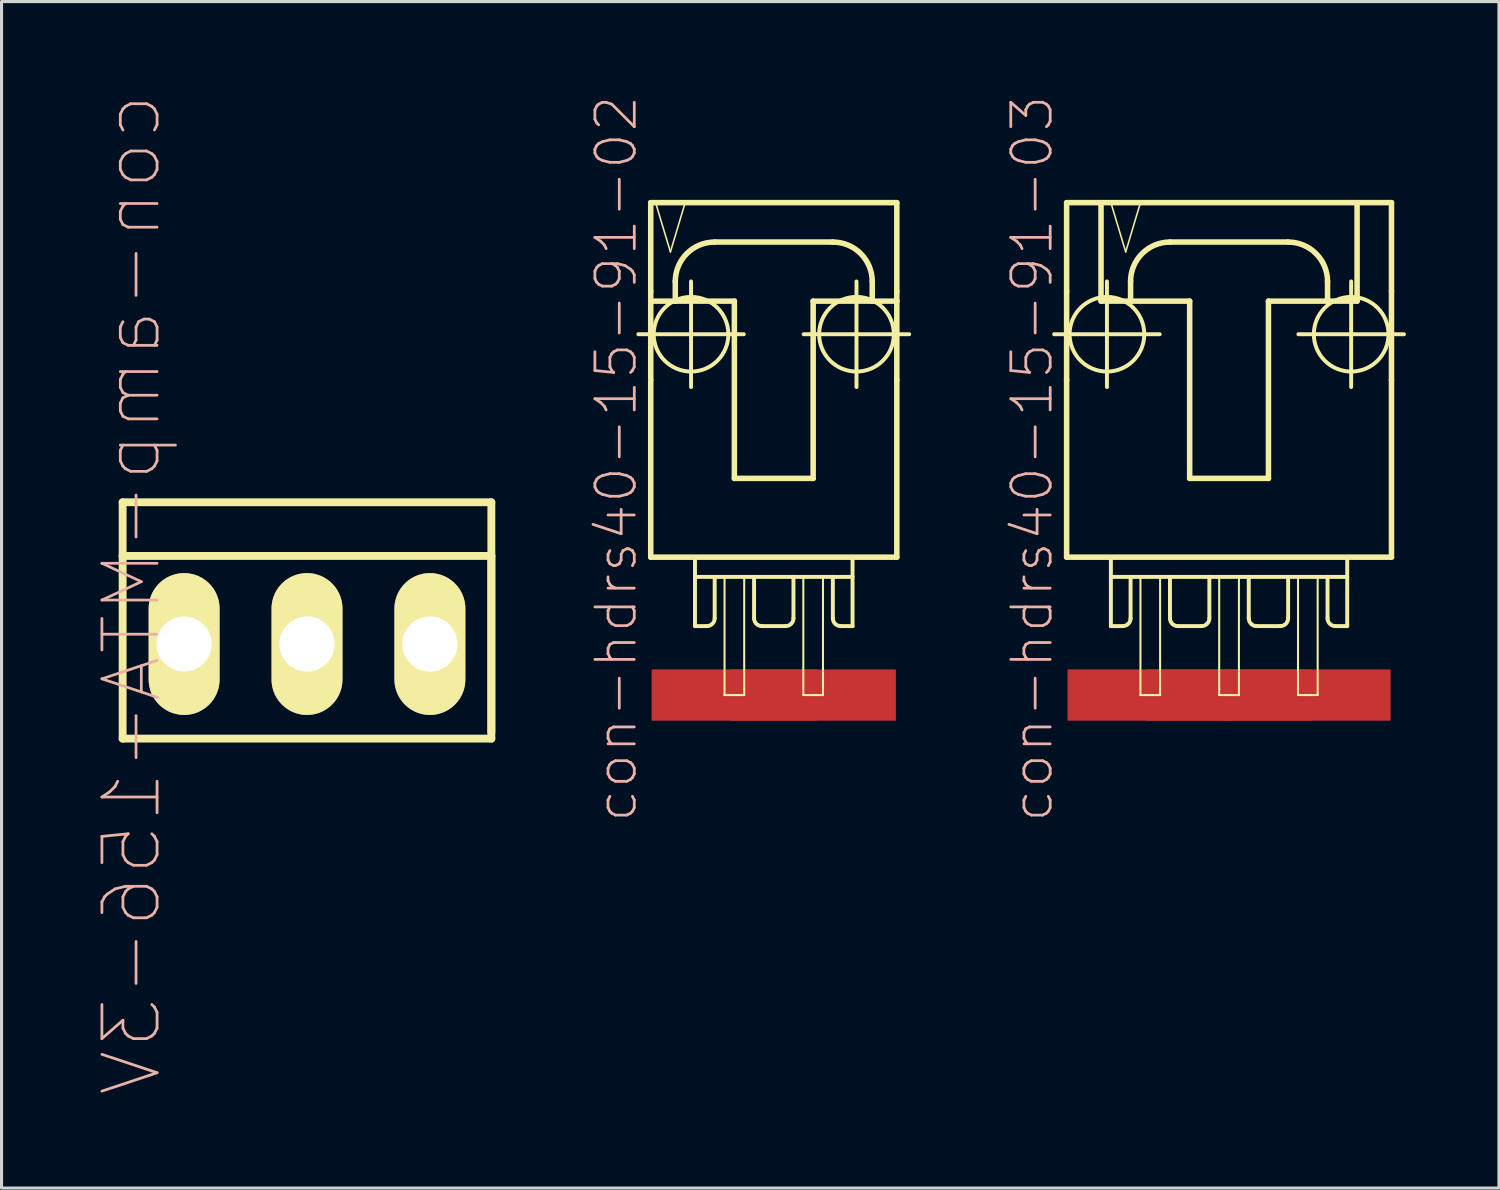
<source format=kicad_pcb>
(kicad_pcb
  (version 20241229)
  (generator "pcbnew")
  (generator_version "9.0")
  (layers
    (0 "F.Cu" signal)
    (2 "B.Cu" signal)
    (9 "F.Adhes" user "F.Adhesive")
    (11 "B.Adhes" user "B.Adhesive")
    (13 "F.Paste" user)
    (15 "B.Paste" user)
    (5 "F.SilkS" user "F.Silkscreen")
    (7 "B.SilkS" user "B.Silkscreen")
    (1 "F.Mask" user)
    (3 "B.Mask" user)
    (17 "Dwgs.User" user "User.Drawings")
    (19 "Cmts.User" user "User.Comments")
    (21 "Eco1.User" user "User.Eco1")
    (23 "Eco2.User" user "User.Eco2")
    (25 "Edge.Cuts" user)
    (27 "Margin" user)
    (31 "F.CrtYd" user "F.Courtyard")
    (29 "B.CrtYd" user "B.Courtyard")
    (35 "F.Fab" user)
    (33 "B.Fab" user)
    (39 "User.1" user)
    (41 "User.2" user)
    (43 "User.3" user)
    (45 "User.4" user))
  (footprint "con-amp-MTA-156-3V"
    (layer "F.Cu")
    (at 6.848 17.714)
    (property "Reference" "con-amp-MTA-156-3V" (at -5.652 -1.587 90) (layer "B.SilkS") (effects (font (size 1.778 1.778) (thickness 0.089)) (justify mirror)))
    (attr exclude_from_pos_files exclude_from_bom)
    (fp_line (start -5.944 -4.57) (end -5.944 -2.84) (stroke (width 0.254) (type solid)) (layer "F.SilkS"))
    (fp_line (start -5.944 -2.84) (end -5.944 3.05) (stroke (width 0.254) (type solid)) (layer "F.SilkS"))
    (fp_line (start -5.944 -2.84) (end 5.944 -2.84) (stroke (width 0.254) (type solid)) (layer "F.SilkS"))
    (fp_line (start -5.944 3.05) (end 5.944 3.05) (stroke (width 0.254) (type solid)) (layer "F.SilkS"))
    (fp_line (start 5.944 -4.57) (end -5.944 -4.57) (stroke (width 0.254) (type solid)) (layer "F.SilkS"))
    (fp_line (start 5.944 2.84) (end 5.944 -4.57) (stroke (width 0.254) (type solid)) (layer "F.SilkS"))
    (fp_line (start 5.944 3.05) (end 5.944 -2.84) (stroke (width 0.254) (type solid)) (layer "F.SilkS"))
    (pad "1" thru_hole oval (at -3.962 0) (size 2.286 4.572) (drill 1.778) (layers "*.Cu" "*.Mask" "F.SilkS"))
    (pad "2" thru_hole oval (at 0 0) (size 2.286 4.572) (drill 1.778) (layers "*.Cu" "*.Mask" "F.SilkS"))
    (pad "3" thru_hole oval (at 3.962 0) (size 2.286 4.572) (drill 1.778) (layers "*.Cu" "*.Mask" "F.SilkS")))
  (footprint "con-hdrs40-15-91-03"
    (layer "F.Cu")
    (at 36.576 8.564)
    (property "Reference" "con-hdrs40-15-91-03" (at -6.35 3.175 90) (layer "B.SilkS") (effects (font (size 1.27 1.27) (thickness 0.089))))
    (attr smd)
    (fp_line (start -5.639 -0.838) (end -2.235 -0.838) (stroke (width 0.127) (type solid)) (layer "F.SilkS"))
    (fp_line (start -5.237 -5.08) (end -5.237 -2.223) (stroke (width 0.178) (type solid)) (layer "F.SilkS"))
    (fp_line (start -5.237 -2.223) (end -5.237 0.635) (stroke (width 0.178) (type solid)) (layer "F.SilkS"))
    (fp_line (start -5.237 0.635) (end -5.237 6.35) (stroke (width 0.178) (type solid)) (layer "F.SilkS"))
    (fp_line (start -5.237 6.35) (end 5.237 6.35) (stroke (width 0.178) (type solid)) (layer "F.SilkS"))
    (fp_line (start -4.128 -5.077) (end -4.128 -1.905) (stroke (width 0.178) (type solid)) (layer "F.SilkS"))
    (fp_line (start -4.128 -1.905) (end -3.175 -1.905) (stroke (width 0.178) (type solid)) (layer "F.SilkS"))
    (fp_line (start -3.937 0.864) (end -3.937 -2.54) (stroke (width 0.127) (type solid)) (layer "F.SilkS"))
    (fp_line (start -3.81 -5.08) (end -3.332 -3.493) (stroke (width 0.051) (type solid)) (layer "F.SilkS"))
    (fp_line (start -3.81 6.35) (end -3.81 8.572) (stroke (width 0.127) (type solid)) (layer "F.SilkS"))
    (fp_line (start -3.81 6.985) (end -3.175 6.985) (stroke (width 0.127) (type solid)) (layer "F.SilkS"))
    (fp_line (start -3.429 8.572) (end -3.81 8.572) (stroke (width 0.127) (type solid)) (layer "F.SilkS"))
    (fp_line (start -3.332 -3.493) (end -2.857 -5.08) (stroke (width 0.051) (type solid)) (layer "F.SilkS"))
    (fp_line (start -3.175 -1.905) (end -3.175 -2.54) (stroke (width 0.178) (type solid)) (layer "F.SilkS"))
    (fp_line (start -3.175 -1.905) (end -1.27 -1.905) (stroke (width 0.178) (type solid)) (layer "F.SilkS"))
    (fp_line (start -3.175 6.985) (end -3.175 8.319) (stroke (width 0.127) (type solid)) (layer "F.SilkS"))
    (fp_line (start -3.175 6.985) (end -1.905 6.985) (stroke (width 0.127) (type solid)) (layer "F.SilkS"))
    (fp_line (start -2.857 -5.08) (end -3.81 -5.08) (stroke (width 0.051) (type solid)) (layer "F.SilkS"))
    (fp_line (start -2.857 6.985) (end -2.223 6.985) (stroke (width 0.066) (type solid)) (layer "F.SilkS"))
    (fp_line (start -2.857 10.795) (end -2.857 6.985) (stroke (width 0.066) (type solid)) (layer "F.SilkS"))
    (fp_line (start -2.857 10.795) (end -2.223 10.795) (stroke (width 0.066) (type solid)) (layer "F.SilkS"))
    (fp_line (start -2.223 10.795) (end -2.223 6.985) (stroke (width 0.066) (type solid)) (layer "F.SilkS"))
    (fp_line (start -1.905 -3.81) (end 1.905 -3.81) (stroke (width 0.178) (type solid)) (layer "F.SilkS"))
    (fp_line (start -1.905 6.985) (end -1.905 8.319) (stroke (width 0.127) (type solid)) (layer "F.SilkS"))
    (fp_line (start -1.905 6.985) (end -0.635 6.985) (stroke (width 0.127) (type solid)) (layer "F.SilkS"))
    (fp_line (start -1.27 -1.905) (end -1.27 3.81) (stroke (width 0.178) (type solid)) (layer "F.SilkS"))
    (fp_line (start -1.27 3.81) (end 1.27 3.81) (stroke (width 0.178) (type solid)) (layer "F.SilkS"))
    (fp_line (start -0.889 8.572) (end -1.651 8.572) (stroke (width 0.127) (type solid)) (layer "F.SilkS"))
    (fp_line (start -0.635 6.985) (end -0.635 8.319) (stroke (width 0.127) (type solid)) (layer "F.SilkS"))
    (fp_line (start -0.635 6.985) (end 0.635 6.985) (stroke (width 0.127) (type solid)) (layer "F.SilkS"))
    (fp_line (start -0.318 6.985) (end 0.318 6.985) (stroke (width 0.066) (type solid)) (layer "F.SilkS"))
    (fp_line (start -0.318 10.795) (end -0.318 6.985) (stroke (width 0.066) (type solid)) (layer "F.SilkS"))
    (fp_line (start -0.318 10.795) (end 0.318 10.795) (stroke (width 0.066) (type solid)) (layer "F.SilkS"))
    (fp_line (start 0.318 10.795) (end 0.318 6.985) (stroke (width 0.066) (type solid)) (layer "F.SilkS"))
    (fp_line (start 0.635 6.985) (end 0.635 8.319) (stroke (width 0.127) (type solid)) (layer "F.SilkS"))
    (fp_line (start 0.635 6.985) (end 1.905 6.985) (stroke (width 0.127) (type solid)) (layer "F.SilkS"))
    (fp_line (start 1.27 -1.905) (end 3.175 -1.905) (stroke (width 0.178) (type solid)) (layer "F.SilkS"))
    (fp_line (start 1.27 3.81) (end 1.27 -1.905) (stroke (width 0.178) (type solid)) (layer "F.SilkS"))
    (fp_line (start 1.651 8.572) (end 0.889 8.572) (stroke (width 0.127) (type solid)) (layer "F.SilkS"))
    (fp_line (start 1.905 6.985) (end 1.905 8.319) (stroke (width 0.127) (type solid)) (layer "F.SilkS"))
    (fp_line (start 1.905 6.985) (end 3.175 6.985) (stroke (width 0.127) (type solid)) (layer "F.SilkS"))
    (fp_line (start 2.223 6.985) (end 2.857 6.985) (stroke (width 0.066) (type solid)) (layer "F.SilkS"))
    (fp_line (start 2.223 10.795) (end 2.223 6.985) (stroke (width 0.066) (type solid)) (layer "F.SilkS"))
    (fp_line (start 2.223 10.795) (end 2.857 10.795) (stroke (width 0.066) (type solid)) (layer "F.SilkS"))
    (fp_line (start 2.235 -0.838) (end 5.639 -0.838) (stroke (width 0.127) (type solid)) (layer "F.SilkS"))
    (fp_line (start 2.857 10.795) (end 2.857 6.985) (stroke (width 0.066) (type solid)) (layer "F.SilkS"))
    (fp_line (start 3.175 -2.54) (end 3.175 -1.905) (stroke (width 0.178) (type solid)) (layer "F.SilkS"))
    (fp_line (start 3.175 -1.905) (end 4.128 -1.905) (stroke (width 0.178) (type solid)) (layer "F.SilkS"))
    (fp_line (start 3.175 6.985) (end 3.175 8.319) (stroke (width 0.127) (type solid)) (layer "F.SilkS"))
    (fp_line (start 3.175 6.985) (end 3.81 6.985) (stroke (width 0.127) (type solid)) (layer "F.SilkS"))
    (fp_line (start 3.429 8.572) (end 3.81 8.572) (stroke (width 0.127) (type solid)) (layer "F.SilkS"))
    (fp_line (start 3.81 8.572) (end 3.81 6.35) (stroke (width 0.127) (type solid)) (layer "F.SilkS"))
    (fp_line (start 3.937 0.864) (end 3.937 -2.54) (stroke (width 0.127) (type solid)) (layer "F.SilkS"))
    (fp_line (start 4.128 -1.905) (end 4.128 -5.08) (stroke (width 0.178) (type solid)) (layer "F.SilkS"))
    (fp_line (start 5.237 -5.08) (end -5.237 -5.08) (stroke (width 0.178) (type solid)) (layer "F.SilkS"))
    (fp_line (start 5.237 -2.223) (end 5.237 -5.08) (stroke (width 0.178) (type solid)) (layer "F.SilkS"))
    (fp_line (start 5.237 -2.223) (end 5.237 0.635) (stroke (width 0.178) (type solid)) (layer "F.SilkS"))
    (fp_line (start 5.237 6.35) (end 5.237 0.635) (stroke (width 0.178) (type solid)) (layer "F.SilkS"))
    (fp_arc (start -3.175 -2.54) (mid -2.803026 -3.438026) (end -1.905 -3.81) (stroke (width 0.1778) (type solid)) (layer "F.SilkS"))
    (fp_arc (start -3.175 8.3185) (mid -3.249395 8.498105) (end -3.429 8.5725) (stroke (width 0.127) (type solid)) (layer "F.SilkS"))
    (fp_arc (start -1.651 8.5725) (mid -1.830605 8.498105) (end -1.905 8.3185) (stroke (width 0.127) (type solid)) (layer "F.SilkS"))
    (fp_arc (start -0.635 8.3185) (mid -0.709395 8.498105) (end -0.889 8.5725) (stroke (width 0.127) (type solid)) (layer "F.SilkS"))
    (fp_arc (start 0.889 8.5725) (mid 0.709395 8.498105) (end 0.635 8.3185) (stroke (width 0.127) (type solid)) (layer "F.SilkS"))
    (fp_arc (start 1.905 -3.81) (mid 2.803026 -3.438026) (end 3.175 -2.54) (stroke (width 0.1778) (type solid)) (layer "F.SilkS"))
    (fp_arc (start 1.905 8.3185) (mid 1.830605 8.498105) (end 1.651 8.5725) (stroke (width 0.127) (type solid)) (layer "F.SilkS"))
    (fp_arc (start 3.429 8.5725) (mid 3.249395 8.498105) (end 3.175 8.3185) (stroke (width 0.127) (type solid)) (layer "F.SilkS"))
    (fp_circle (center -3.937 -0.838) (end -4.788 -1.689) (stroke (width 0.127) (type solid)) (fill no) (layer "F.SilkS"))
    (fp_circle (center 3.937 -0.838) (end 4.788 -1.689) (stroke (width 0.127) (type solid)) (fill no) (layer "F.SilkS"))
    (pad "1" smd rect (at -2.54 10.795) (size 5.334 1.651) (layers "F.Cu" "F.Mask" "F.Paste"))
    (pad "2" smd rect (at 0 10.795) (size 5.334 1.651) (layers "F.Cu" "F.Mask" "F.Paste"))
    (pad "3" smd rect (at 2.54 10.795) (size 5.334 1.651) (layers "F.Cu" "F.Mask" "F.Paste")))
  (footprint "con-hdrs40-15-91-02"
    (layer "F.Cu")
    (at 21.897 8.564)
    (property "Reference" "con-hdrs40-15-91-02" (at -5.08 3.175 90) (layer "B.SilkS") (effects (font (size 1.27 1.27) (thickness 0.089))))
    (attr smd)
    (fp_line (start -4.366 -0.838) (end -0.965 -0.838) (stroke (width 0.127) (type solid)) (layer "F.SilkS"))
    (fp_line (start -3.967 -5.08) (end -3.967 -2.223) (stroke (width 0.178) (type solid)) (layer "F.SilkS"))
    (fp_line (start -3.967 -2.223) (end -3.967 -1.905) (stroke (width 0.178) (type solid)) (layer "F.SilkS"))
    (fp_line (start -3.967 -1.905) (end -3.175 -1.905) (stroke (width 0.178) (type solid)) (layer "F.SilkS"))
    (fp_line (start -3.967 0.635) (end -3.967 -1.905) (stroke (width 0.178) (type solid)) (layer "F.SilkS"))
    (fp_line (start -3.967 0.635) (end -3.967 6.35) (stroke (width 0.178) (type solid)) (layer "F.SilkS"))
    (fp_line (start -3.967 6.35) (end 3.967 6.35) (stroke (width 0.178) (type solid)) (layer "F.SilkS"))
    (fp_line (start -3.81 -5.08) (end -3.332 -3.493) (stroke (width 0.051) (type solid)) (layer "F.SilkS"))
    (fp_line (start -3.332 -3.493) (end -2.857 -5.08) (stroke (width 0.051) (type solid)) (layer "F.SilkS"))
    (fp_line (start -3.175 -1.905) (end -3.175 -2.54) (stroke (width 0.178) (type solid)) (layer "F.SilkS"))
    (fp_line (start -3.175 -1.905) (end -1.27 -1.905) (stroke (width 0.178) (type solid)) (layer "F.SilkS"))
    (fp_line (start -2.857 -5.08) (end -3.81 -5.08) (stroke (width 0.051) (type solid)) (layer "F.SilkS"))
    (fp_line (start -2.667 0.864) (end -2.667 -2.54) (stroke (width 0.127) (type solid)) (layer "F.SilkS"))
    (fp_line (start -2.54 6.35) (end -2.54 8.572) (stroke (width 0.127) (type solid)) (layer "F.SilkS"))
    (fp_line (start -2.54 6.985) (end -1.905 6.985) (stroke (width 0.127) (type solid)) (layer "F.SilkS"))
    (fp_line (start -2.159 8.572) (end -2.54 8.572) (stroke (width 0.127) (type solid)) (layer "F.SilkS"))
    (fp_line (start -1.905 -3.81) (end 1.905 -3.81) (stroke (width 0.178) (type solid)) (layer "F.SilkS"))
    (fp_line (start -1.905 6.985) (end -1.905 8.319) (stroke (width 0.127) (type solid)) (layer "F.SilkS"))
    (fp_line (start -1.905 6.985) (end -0.635 6.985) (stroke (width 0.127) (type solid)) (layer "F.SilkS"))
    (fp_line (start -1.587 6.985) (end -0.953 6.985) (stroke (width 0.066) (type solid)) (layer "F.SilkS"))
    (fp_line (start -1.587 10.795) (end -1.587 6.985) (stroke (width 0.066) (type solid)) (layer "F.SilkS"))
    (fp_line (start -1.587 10.795) (end -0.953 10.795) (stroke (width 0.066) (type solid)) (layer "F.SilkS"))
    (fp_line (start -1.27 -1.905) (end -1.27 3.81) (stroke (width 0.178) (type solid)) (layer "F.SilkS"))
    (fp_line (start -1.27 3.81) (end 1.27 3.81) (stroke (width 0.178) (type solid)) (layer "F.SilkS"))
    (fp_line (start -0.953 10.795) (end -0.953 6.985) (stroke (width 0.066) (type solid)) (layer "F.SilkS"))
    (fp_line (start -0.635 6.985) (end 0.635 6.985) (stroke (width 0.127) (type solid)) (layer "F.SilkS"))
    (fp_line (start -0.635 8.319) (end -0.635 6.985) (stroke (width 0.127) (type solid)) (layer "F.SilkS"))
    (fp_line (start 0.381 8.572) (end -0.381 8.572) (stroke (width 0.127) (type solid)) (layer "F.SilkS"))
    (fp_line (start 0.635 6.985) (end 0.635 8.319) (stroke (width 0.127) (type solid)) (layer "F.SilkS"))
    (fp_line (start 0.635 6.985) (end 1.905 6.985) (stroke (width 0.127) (type solid)) (layer "F.SilkS"))
    (fp_line (start 0.953 6.985) (end 1.587 6.985) (stroke (width 0.066) (type solid)) (layer "F.SilkS"))
    (fp_line (start 0.953 10.795) (end 0.953 6.985) (stroke (width 0.066) (type solid)) (layer "F.SilkS"))
    (fp_line (start 0.953 10.795) (end 1.587 10.795) (stroke (width 0.066) (type solid)) (layer "F.SilkS"))
    (fp_line (start 0.965 -0.838) (end 4.366 -0.838) (stroke (width 0.127) (type solid)) (layer "F.SilkS"))
    (fp_line (start 1.27 -1.905) (end 3.175 -1.905) (stroke (width 0.178) (type solid)) (layer "F.SilkS"))
    (fp_line (start 1.27 3.81) (end 1.27 -1.905) (stroke (width 0.178) (type solid)) (layer "F.SilkS"))
    (fp_line (start 1.587 10.795) (end 1.587 6.985) (stroke (width 0.066) (type solid)) (layer "F.SilkS"))
    (fp_line (start 1.905 6.985) (end 1.905 8.319) (stroke (width 0.127) (type solid)) (layer "F.SilkS"))
    (fp_line (start 1.905 6.985) (end 2.54 6.985) (stroke (width 0.127) (type solid)) (layer "F.SilkS"))
    (fp_line (start 2.159 8.572) (end 2.54 8.572) (stroke (width 0.127) (type solid)) (layer "F.SilkS"))
    (fp_line (start 2.54 8.572) (end 2.54 6.35) (stroke (width 0.127) (type solid)) (layer "F.SilkS"))
    (fp_line (start 2.667 0.864) (end 2.667 -2.54) (stroke (width 0.127) (type solid)) (layer "F.SilkS"))
    (fp_line (start 3.175 -2.54) (end 3.175 -1.905) (stroke (width 0.178) (type solid)) (layer "F.SilkS"))
    (fp_line (start 3.175 -1.905) (end 3.967 -1.905) (stroke (width 0.178) (type solid)) (layer "F.SilkS"))
    (fp_line (start 3.967 -5.08) (end -3.967 -5.08) (stroke (width 0.178) (type solid)) (layer "F.SilkS"))
    (fp_line (start 3.967 -2.223) (end 3.967 -5.08) (stroke (width 0.178) (type solid)) (layer "F.SilkS"))
    (fp_line (start 3.967 -1.905) (end 3.967 -2.223) (stroke (width 0.178) (type solid)) (layer "F.SilkS"))
    (fp_line (start 3.967 0.635) (end 3.967 -1.905) (stroke (width 0.178) (type solid)) (layer "F.SilkS"))
    (fp_line (start 3.967 6.35) (end 3.967 0.635) (stroke (width 0.178) (type solid)) (layer "F.SilkS"))
    (fp_arc (start -3.175 -2.54) (mid -2.803026 -3.438026) (end -1.905 -3.81) (stroke (width 0.1778) (type solid)) (layer "F.SilkS"))
    (fp_arc (start -1.905 8.3185) (mid -1.979395 8.498105) (end -2.159 8.5725) (stroke (width 0.127) (type solid)) (layer "F.SilkS"))
    (fp_arc (start -0.381 8.5725) (mid -0.560605 8.498105) (end -0.635 8.3185) (stroke (width 0.127) (type solid)) (layer "F.SilkS"))
    (fp_arc (start 0.635 8.3185) (mid 0.560605 8.498105) (end 0.381 8.5725) (stroke (width 0.127) (type solid)) (layer "F.SilkS"))
    (fp_arc (start 1.905 -3.81) (mid 2.803026 -3.438026) (end 3.175 -2.54) (stroke (width 0.1778) (type solid)) (layer "F.SilkS"))
    (fp_arc (start 2.159 8.5725) (mid 1.979395 8.498105) (end 1.905 8.3185) (stroke (width 0.127) (type solid)) (layer "F.SilkS"))
    (fp_circle (center -2.667 -0.838) (end -3.518 -1.689) (stroke (width 0.127) (type solid)) (fill no) (layer "F.SilkS"))
    (fp_circle (center 2.667 -0.838) (end 3.518 -1.689) (stroke (width 0.127) (type solid)) (fill no) (layer "F.SilkS"))
    (pad "1" smd rect (at -1.27 10.795) (size 5.334 1.651) (layers "F.Cu" "F.Mask" "F.Paste"))
    (pad "2" smd rect (at 1.27 10.795) (size 5.334 1.651) (layers "F.Cu" "F.Mask" "F.Paste")))
  (gr_rect
    (start -3 -3)
    (end 45.278 35.254)
    (stroke (width 0.1) (type default))
    (fill no)
    (layer "Edge.Cuts")))
</source>
